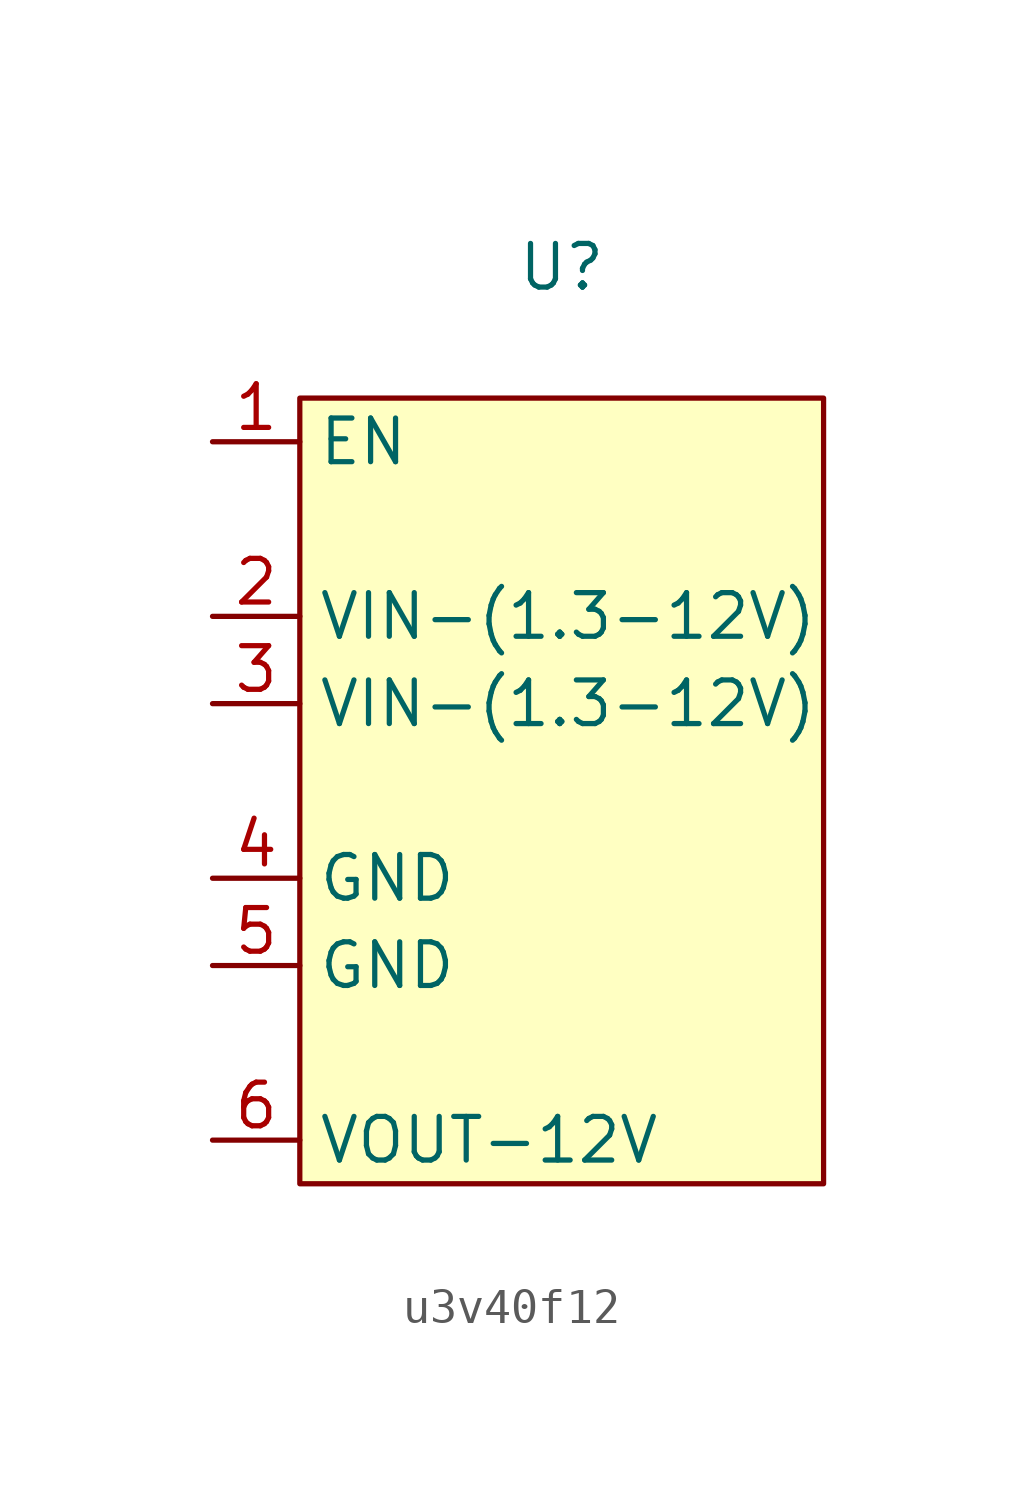
<source format=kicad_sym>
(kicad_symbol_lib
  (version 20241209)
  (generator "kicad_symbol_editor")
  (generator_version "9.0")
  (symbol "u3v40f12"
    (property "Reference" "U"
      (at 0 13.97 0)
      (effects (font (size 1.27 1.27))))
    (property "Value" ""
      (at 0 0 0)
      (effects (font (size 1.27 1.27))))
    (symbol "u3v40f12_0_1"
      (rectangle (start -7.62 10.16) (end 7.62 -12.7) (stroke (width 0) (type default)) (fill (type background))))
    (symbol "u3v40f12_1_1"
      (pin input line (at -10.16 8.89 0) (length 2.54) (name "EN" (effects (font (size 1.27 1.27)))) (number "1" (effects (font (size 1.27 1.27)))))
      (pin input line (at -10.16 3.81 0) (length 2.54) (name "VIN-(1.3-12V)" (effects (font (size 1.27 1.27)))) (number "2" (effects (font (size 1.27 1.27)))))
      (pin input line (at -10.16 1.27 0) (length 2.54) (name "VIN-(1.3-12V)" (effects (font (size 1.27 1.27)))) (number "3" (effects (font (size 1.27 1.27)))))
      (pin bidirectional line (at -10.16 -3.81 0) (length 2.54) (name "GND" (effects (font (size 1.27 1.27)))) (number "4" (effects (font (size 1.27 1.27)))))
      (pin bidirectional line (at -10.16 -6.35 0) (length 2.54) (name "GND" (effects (font (size 1.27 1.27)))) (number "5" (effects (font (size 1.27 1.27)))))
      (pin output line (at -10.16 -11.43 0) (length 2.54) (name "VOUT-12V" (effects (font (size 1.27 1.27)))) (number "6" (effects (font (size 1.27 1.27))))))))
</source>
